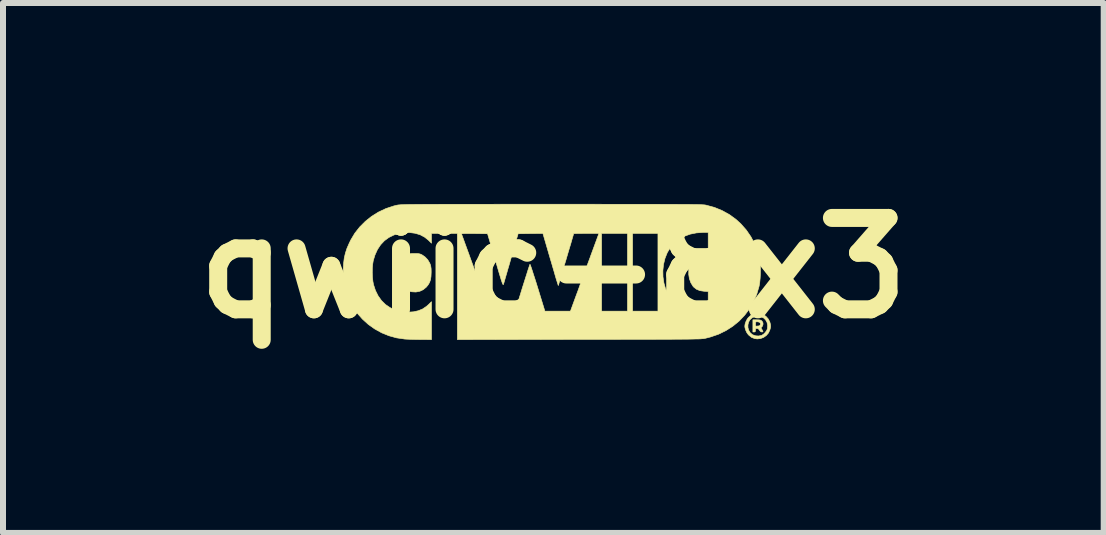
<source format=kicad_pcb>
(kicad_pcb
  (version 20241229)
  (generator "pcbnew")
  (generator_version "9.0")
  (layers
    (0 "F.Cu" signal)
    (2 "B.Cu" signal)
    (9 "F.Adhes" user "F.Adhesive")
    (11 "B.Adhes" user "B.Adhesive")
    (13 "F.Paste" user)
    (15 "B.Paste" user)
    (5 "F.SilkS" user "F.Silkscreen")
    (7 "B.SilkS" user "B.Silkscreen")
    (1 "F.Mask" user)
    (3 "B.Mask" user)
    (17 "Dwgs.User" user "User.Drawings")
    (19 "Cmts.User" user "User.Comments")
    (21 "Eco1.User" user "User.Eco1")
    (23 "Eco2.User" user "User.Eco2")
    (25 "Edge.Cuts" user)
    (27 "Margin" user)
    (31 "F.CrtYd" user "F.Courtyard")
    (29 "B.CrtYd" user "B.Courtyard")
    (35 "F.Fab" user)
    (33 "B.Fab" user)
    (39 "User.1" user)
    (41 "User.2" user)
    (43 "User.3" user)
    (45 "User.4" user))
  (footprint "qwiic-8x3"
    (layer "F.Cu")
    (at 6.176 1.418)
    (property "Reference" "qwiic-8x3" (at 0 0 0) (layer "F.SilkS") (effects (font (size 1.524 1.524) (thickness 0.3))))
    (attr through_hole)
    (fp_poly (pts (xy -2.271 -0.241) (xy -2.243 -0.238) (xy -2.221 -0.233) (xy -2.199 -0.224) (xy -2.188 -0.218) (xy -2.139 -0.184) (xy -2.095 -0.138) (xy -2.063 -0.084) (xy -2.056 -0.069) (xy -2.047 -0.044) (xy -2.042 -0.018) (xy -2.038 0.012) (xy -2.037 0.052) (xy -2.037 0.076) (xy -2.04 0.142) (xy -2.048 0.196) (xy -2.064 0.241) (xy -2.088 0.282) (xy -2.118 0.319) (xy -2.17 0.362) (xy -2.228 0.389) (xy -2.292 0.401) (xy -2.359 0.397) (xy -2.371 0.395) (xy -2.416 0.382) (xy -2.452 0.364) (xy -2.485 0.338) (xy -2.507 0.316) (xy -2.54 0.275) (xy -2.563 0.231) (xy -2.578 0.181) (xy -2.585 0.122) (xy -2.586 0.08) (xy -2.586 0.035) (xy -2.584 0.001) (xy -2.579 -0.027) (xy -2.571 -0.054) (xy -2.566 -0.066) (xy -2.534 -0.128) (xy -2.489 -0.179) (xy -2.437 -0.216) (xy -2.414 -0.228) (xy -2.394 -0.236) (xy -2.371 -0.24) (xy -2.34 -0.241) (xy -2.311 -0.241) (xy -2.271 -0.241)) (stroke (width 0.01) (type solid)) (fill yes) (layer "F.SilkS"))
    (fp_poly (pts (xy 3.426 0.865) (xy 3.45 0.868) (xy 3.467 0.876) (xy 3.474 0.881) (xy 3.492 0.905) (xy 3.497 0.934) (xy 3.489 0.964) (xy 3.479 0.979) (xy 3.461 0.998) (xy 3.479 1.027) (xy 3.492 1.05) (xy 3.495 1.062) (xy 3.488 1.066) (xy 3.475 1.067) (xy 3.456 1.061) (xy 3.439 1.042) (xy 3.436 1.037) (xy 3.421 1.017) (xy 3.404 1.008) (xy 3.394 1.008) (xy 3.378 1.009) (xy 3.371 1.018) (xy 3.37 1.037) (xy 3.368 1.057) (xy 3.361 1.065) (xy 3.349 1.067) (xy 3.327 1.067) (xy 3.327 0.93) (xy 3.37 0.93) (xy 3.371 0.956) (xy 3.377 0.968) (xy 3.388 0.97) (xy 3.394 0.969) (xy 3.414 0.967) (xy 3.427 0.966) (xy 3.444 0.958) (xy 3.451 0.944) (xy 3.451 0.92) (xy 3.436 0.904) (xy 3.408 0.898) (xy 3.403 0.897) (xy 3.381 0.898) (xy 3.372 0.904) (xy 3.37 0.921) (xy 3.37 0.93) (xy 3.327 0.93) (xy 3.327 0.864) (xy 3.39 0.864) (xy 3.426 0.865)) (stroke (width 0.01) (type solid)) (fill yes) (layer "F.SilkS"))
    (fp_poly (pts (xy 3.449 0.76) (xy 3.481 0.767) (xy 3.502 0.776) (xy 3.546 0.808) (xy 3.583 0.85) (xy 3.608 0.898) (xy 3.611 0.907) (xy 3.62 0.942) (xy 3.623 0.97) (xy 3.62 0.997) (xy 3.61 1.032) (xy 3.587 1.083) (xy 3.551 1.125) (xy 3.506 1.157) (xy 3.454 1.177) (xy 3.399 1.183) (xy 3.357 1.177) (xy 3.306 1.158) (xy 3.262 1.123) (xy 3.249 1.11) (xy 3.226 1.078) (xy 3.207 1.037) (xy 3.195 0.996) (xy 3.192 0.969) (xy 3.195 0.95) (xy 3.244 0.95) (xy 3.245 0.996) (xy 3.258 1.04) (xy 3.282 1.08) (xy 3.317 1.11) (xy 3.329 1.116) (xy 3.373 1.131) (xy 3.421 1.134) (xy 3.465 1.126) (xy 3.474 1.123) (xy 3.503 1.105) (xy 3.531 1.077) (xy 3.555 1.046) (xy 3.568 1.016) (xy 3.569 1.012) (xy 3.573 0.956) (xy 3.562 0.906) (xy 3.538 0.864) (xy 3.504 0.832) (xy 3.459 0.812) (xy 3.408 0.805) (xy 3.395 0.806) (xy 3.35 0.814) (xy 3.314 0.831) (xy 3.312 0.832) (xy 3.277 0.864) (xy 3.255 0.904) (xy 3.244 0.95) (xy 3.195 0.95) (xy 3.197 0.933) (xy 3.212 0.891) (xy 3.232 0.852) (xy 3.249 0.829) (xy 3.289 0.792) (xy 3.331 0.769) (xy 3.381 0.759) (xy 3.408 0.758) (xy 3.449 0.76)) (stroke (width 0.01) (type solid)) (fill yes) (layer "F.SilkS"))
    (fp_poly (pts (xy 0.215 -1.063) (xy 0.443 -1.063) (xy 0.655 -1.063) (xy 0.852 -1.062) (xy 1.035 -1.062) (xy 1.203 -1.062) (xy 1.358 -1.062) (xy 1.5 -1.062) (xy 1.63 -1.062) (xy 1.749 -1.062) (xy 1.856 -1.061) (xy 1.953 -1.061) (xy 2.039 -1.061) (xy 2.117 -1.06) (xy 2.185 -1.06) (xy 2.246 -1.06) (xy 2.299 -1.059) (xy 2.344 -1.058) (xy 2.384 -1.058) (xy 2.417 -1.057) (xy 2.446 -1.056) (xy 2.469 -1.055) (xy 2.489 -1.054) (xy 2.505 -1.053) (xy 2.518 -1.052) (xy 2.529 -1.051) (xy 2.538 -1.049) (xy 2.546 -1.048) (xy 2.548 -1.047) (xy 2.685 -1.01) (xy 2.814 -0.957) (xy 2.934 -0.891) (xy 3.045 -0.81) (xy 3.125 -0.737) (xy 3.217 -0.633) (xy 3.294 -0.521) (xy 3.357 -0.4) (xy 3.405 -0.271) (xy 3.439 -0.134) (xy 3.443 -0.11) (xy 3.45 -0.051) (xy 3.453 0.02) (xy 3.452 0.095) (xy 3.448 0.171) (xy 3.441 0.241) (xy 3.431 0.301) (xy 3.43 0.305) (xy 3.391 0.439) (xy 3.337 0.565) (xy 3.27 0.682) (xy 3.189 0.789) (xy 3.097 0.885) (xy 2.993 0.97) (xy 2.879 1.043) (xy 2.755 1.104) (xy 2.621 1.15) (xy 2.54 1.171) (xy 2.531 1.173) (xy 2.523 1.175) (xy 2.513 1.176) (xy 2.502 1.178) (xy 2.489 1.179) (xy 2.474 1.18) (xy 2.455 1.182) (xy 2.433 1.183) (xy 2.405 1.184) (xy 2.373 1.184) (xy 2.334 1.185) (xy 2.289 1.186) (xy 2.237 1.187) (xy 2.177 1.187) (xy 2.108 1.188) (xy 2.03 1.188) (xy 1.942 1.189) (xy 1.844 1.189) (xy 1.734 1.189) (xy 1.613 1.19) (xy 1.479 1.19) (xy 1.332 1.19) (xy 1.171 1.19) (xy 0.996 1.191) (xy 0.805 1.191) (xy 0.599 1.191) (xy 0.43 1.191) (xy -1.6 1.194) (xy -1.6 -0.565) (xy -1.53 -0.565) (xy -1.527 -0.556) (xy -1.518 -0.532) (xy -1.504 -0.494) (xy -1.486 -0.444) (xy -1.464 -0.383) (xy -1.438 -0.312) (xy -1.409 -0.233) (xy -1.378 -0.146) (xy -1.344 -0.053) (xy -1.308 0.045) (xy -1.295 0.083) (xy -1.063 0.72) (xy -0.636 0.72) (xy -0.624 0.679) (xy -0.609 0.632) (xy -0.592 0.576) (xy -0.573 0.514) (xy -0.552 0.447) (xy -0.531 0.378) (xy -0.509 0.307) (xy -0.487 0.238) (xy -0.466 0.171) (xy -0.446 0.109) (xy -0.429 0.054) (xy -0.414 0.008) (xy -0.402 -0.028) (xy -0.394 -0.052) (xy -0.39 -0.062) (xy -0.39 -0.062) (xy -0.386 -0.055) (xy -0.378 -0.034) (xy -0.366 0.000448) (xy -0.351 0.046) (xy -0.333 0.103) (xy -0.312 0.167) (xy -0.289 0.239) (xy -0.265 0.316) (xy -0.262 0.326) (xy -0.141 0.72) (xy 0.285 0.72) (xy 0.385 0.447) (xy 0.411 0.378) (xy 0.44 0.296) (xy 0.473 0.206) (xy 0.508 0.11) (xy 0.544 0.012) (xy 0.579 -0.084) (xy 0.613 -0.175) (xy 0.622 -0.201) (xy 0.76 -0.576) (xy 0.804 -0.576) (xy 0.804 0.72) (xy 1.236 0.72) (xy 1.236 -0.576) (xy 1.321 -0.576) (xy 1.321 0.72) (xy 1.744 0.72) (xy 1.744 0.043) (xy 1.826 0.043) (xy 1.828 0.147) (xy 1.843 0.249) (xy 1.87 0.344) (xy 1.883 0.376) (xy 1.929 0.46) (xy 1.989 0.535) (xy 2.06 0.6) (xy 2.14 0.653) (xy 2.229 0.693) (xy 2.247 0.699) (xy 2.3 0.714) (xy 2.347 0.725) (xy 2.395 0.731) (xy 2.449 0.735) (xy 2.491 0.736) (xy 2.582 0.737) (xy 2.582 0.392) (xy 2.512 0.388) (xy 2.444 0.378) (xy 2.387 0.355) (xy 2.341 0.319) (xy 2.328 0.304) (xy 2.292 0.245) (xy 2.268 0.178) (xy 2.257 0.106) (xy 2.258 0.032) (xy 2.273 -0.042) (xy 2.295 -0.099) (xy 2.33 -0.154) (xy 2.374 -0.195) (xy 2.428 -0.222) (xy 2.492 -0.236) (xy 2.524 -0.237) (xy 2.582 -0.237) (xy 2.582 -0.593) (xy 2.496 -0.593) (xy 2.385 -0.585) (xy 2.281 -0.564) (xy 2.185 -0.529) (xy 2.099 -0.481) (xy 2.022 -0.42) (xy 1.957 -0.348) (xy 1.904 -0.264) (xy 1.897 -0.25) (xy 1.861 -0.159) (xy 1.837 -0.06) (xy 1.826 0.043) (xy 1.744 0.043) (xy 1.744 -0.576) (xy 1.321 -0.576) (xy 1.236 -0.576) (xy 0.804 -0.576) (xy 0.76 -0.576) (xy 0.549 -0.576) (xy 0.491 -0.576) (xy 0.44 -0.575) (xy 0.396 -0.575) (xy 0.364 -0.574) (xy 0.344 -0.573) (xy 0.339 -0.573) (xy 0.336 -0.564) (xy 0.33 -0.541) (xy 0.319 -0.505) (xy 0.306 -0.459) (xy 0.29 -0.403) (xy 0.271 -0.341) (xy 0.251 -0.274) (xy 0.23 -0.203) (xy 0.209 -0.13) (xy 0.187 -0.058) (xy 0.167 0.012) (xy 0.147 0.079) (xy 0.129 0.139) (xy 0.113 0.192) (xy 0.1 0.236) (xy 0.09 0.269) (xy 0.084 0.288) (xy 0.082 0.293) (xy 0.08 0.286) (xy 0.073 0.263) (xy 0.062 0.228) (xy 0.047 0.181) (xy 0.03 0.123) (xy 0.011 0.056) (xy -0.011 -0.018) (xy -0.034 -0.098) (xy -0.047 -0.14) (xy -0.174 -0.576) (xy -0.38 -0.574) (xy -0.587 -0.571) (xy -0.623 -0.449) (xy -0.634 -0.41) (xy -0.649 -0.358) (xy -0.667 -0.296) (xy -0.687 -0.227) (xy -0.708 -0.154) (xy -0.729 -0.08) (xy -0.74 -0.042) (xy -0.76 0.025) (xy -0.778 0.089) (xy -0.795 0.146) (xy -0.809 0.195) (xy -0.82 0.234) (xy -0.828 0.26) (xy -0.831 0.27) (xy -0.834 0.276) (xy -0.836 0.278) (xy -0.84 0.275) (xy -0.844 0.267) (xy -0.851 0.252) (xy -0.859 0.228) (xy -0.87 0.196) (xy -0.883 0.152) (xy -0.9 0.097) (xy -0.92 0.029) (xy -0.944 -0.053) (xy -0.969 -0.136) (xy -1.097 -0.571) (xy -1.316 -0.574) (xy -1.385 -0.574) (xy -1.438 -0.574) (xy -1.477 -0.574) (xy -1.505 -0.573) (xy -1.522 -0.571) (xy -1.53 -0.568) (xy -1.53 -0.565) (xy -1.6 -0.565) (xy -1.6 -0.576) (xy -2.032 -0.576) (xy -2.032 -0.413) (xy -2.08 -0.461) (xy -2.146 -0.514) (xy -2.221 -0.554) (xy -2.306 -0.579) (xy -2.398 -0.591) (xy -2.463 -0.59) (xy -2.565 -0.578) (xy -2.658 -0.55) (xy -2.742 -0.509) (xy -2.816 -0.455) (xy -2.88 -0.387) (xy -2.933 -0.307) (xy -2.975 -0.214) (xy -3.003 -0.121) (xy -3.012 -0.064) (xy -3.018 0.005) (xy -3.019 0.079) (xy -3.016 0.152) (xy -3.009 0.221) (xy -2.999 0.275) (xy -2.966 0.376) (xy -2.921 0.466) (xy -2.865 0.544) (xy -2.798 0.61) (xy -2.721 0.662) (xy -2.635 0.702) (xy -2.541 0.726) (xy -2.439 0.736) (xy -2.423 0.737) (xy -2.332 0.731) (xy -2.252 0.713) (xy -2.18 0.684) (xy -2.115 0.64) (xy -2.082 0.611) (xy -2.032 0.562) (xy -2.032 1.194) (xy -2.216 1.193) (xy -2.277 1.192) (xy -2.338 1.191) (xy -2.395 1.189) (xy -2.444 1.187) (xy -2.481 1.185) (xy -2.485 1.184) (xy -2.615 1.165) (xy -2.741 1.13) (xy -2.862 1.081) (xy -2.978 1.017) (xy -3.085 0.941) (xy -3.183 0.852) (xy -3.271 0.753) (xy -3.346 0.644) (xy -3.395 0.555) (xy -3.439 0.453) (xy -3.471 0.352) (xy -3.492 0.248) (xy -3.502 0.138) (xy -3.503 0.018) (xy -3.497 -0.08) (xy -3.486 -0.167) (xy -3.467 -0.248) (xy -3.441 -0.328) (xy -3.404 -0.412) (xy -3.378 -0.466) (xy -3.31 -0.58) (xy -3.228 -0.684) (xy -3.134 -0.778) (xy -3.03 -0.861) (xy -2.916 -0.932) (xy -2.793 -0.99) (xy -2.664 -1.033) (xy -2.608 -1.047) (xy -2.6 -1.048) (xy -2.592 -1.05) (xy -2.583 -1.051) (xy -2.571 -1.052) (xy -2.557 -1.053) (xy -2.54 -1.055) (xy -2.519 -1.055) (xy -2.494 -1.056) (xy -2.464 -1.057) (xy -2.429 -1.058) (xy -2.388 -1.059) (xy -2.34 -1.059) (xy -2.285 -1.06) (xy -2.222 -1.06) (xy -2.15 -1.061) (xy -2.07 -1.061) (xy -1.98 -1.061) (xy -1.881 -1.062) (xy -1.77 -1.062) (xy -1.648 -1.062) (xy -1.515 -1.062) (xy -1.368 -1.062) (xy -1.209 -1.062) (xy -1.036 -1.062) (xy -0.85 -1.063) (xy -0.648 -1.063) (xy -0.431 -1.063) (xy -0.198 -1.063) (xy -0.03 -1.063) (xy 0.215 -1.063)) (stroke (width 0.01) (type solid)) (fill yes) (layer "F.SilkS")))
  (gr_rect
    (start -3 -3)
    (end 15.352 5.836)
    (stroke (width 0.1) (type default))
    (fill no)
    (layer "Edge.Cuts")))
</source>
